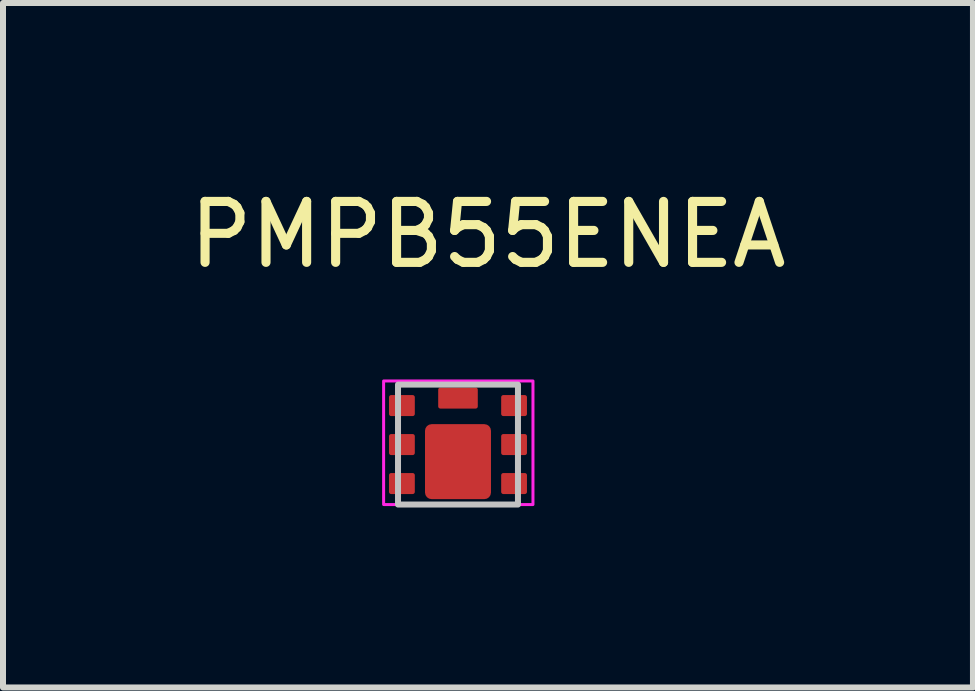
<source format=kicad_pcb>
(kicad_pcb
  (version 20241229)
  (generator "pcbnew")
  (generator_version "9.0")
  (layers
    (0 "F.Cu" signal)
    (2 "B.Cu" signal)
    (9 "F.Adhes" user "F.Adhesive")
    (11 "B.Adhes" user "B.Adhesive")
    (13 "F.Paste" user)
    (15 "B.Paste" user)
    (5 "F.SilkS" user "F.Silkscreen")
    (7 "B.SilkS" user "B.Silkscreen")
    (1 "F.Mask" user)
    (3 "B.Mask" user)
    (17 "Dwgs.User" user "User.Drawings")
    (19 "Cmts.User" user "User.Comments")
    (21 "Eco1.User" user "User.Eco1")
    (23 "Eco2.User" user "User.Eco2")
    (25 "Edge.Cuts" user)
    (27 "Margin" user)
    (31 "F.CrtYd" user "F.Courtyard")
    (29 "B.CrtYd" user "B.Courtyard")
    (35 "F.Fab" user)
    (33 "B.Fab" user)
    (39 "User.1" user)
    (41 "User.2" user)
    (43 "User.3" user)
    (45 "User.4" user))
  (footprint "PMPB55ENEA"
    (layer "F.Cu")
    (at 4.586 4.362)
    (property "Reference" "PMPB55ENEA" (at 0.5 -3.5 0) (unlocked yes) (layer "F.SilkS") (effects (font (size 1.016 1.016) (thickness 0.152))))
    (attr smd)
    (fp_rect (start 1 1) (end -1 -1) (stroke (width 0.1) (type default)) (fill no) (layer "Dwgs.User"))
    (fp_rect (start 1.25 1) (end -1.24 -1.06) (stroke (width 0.05) (type default)) (fill no) (layer "F.CrtYd"))
    (pad "1" smd roundrect (at 0.935 0.65) (size 0.43 0.35) (layers "F.Cu" "F.Mask" "F.Paste") (roundrect_rratio 0.1))
    (pad "2" smd roundrect (at 0.935 0) (size 0.43 0.35) (layers "F.Cu" "F.Mask" "F.Paste") (roundrect_rratio 0.1))
    (pad "3" smd roundrect (at 0.935 -0.65) (size 0.43 0.35) (layers "F.Cu" "F.Mask" "F.Paste") (roundrect_rratio 0.1))
    (pad "4" smd roundrect (at -0.935 -0.65) (size 0.43 0.35) (layers "F.Cu" "F.Mask" "F.Paste") (roundrect_rratio 0.1))
    (pad "5" smd roundrect (at -0.935 0) (size 0.43 0.35) (layers "F.Cu" "F.Mask" "F.Paste") (roundrect_rratio 0.1))
    (pad "6" smd roundrect (at -0.935 0.65) (size 0.43 0.35) (layers "F.Cu" "F.Mask" "F.Paste") (roundrect_rratio 0.1))
    (pad "7" smd roundrect (at 0 0.285) (size 1.1 1.25) (layers "F.Cu" "F.Mask" "F.Paste") (roundrect_rratio 0.1))
    (pad "8" smd roundrect (at 0 -0.775) (size 0.66 0.35) (layers "F.Cu" "F.Mask" "F.Paste") (roundrect_rratio 0.1)))
  (gr_rect
    (start -3 -3)
    (end 13.172 8.412)
    (stroke (width 0.1) (type default))
    (fill no)
    (layer "Edge.Cuts")))
</source>
